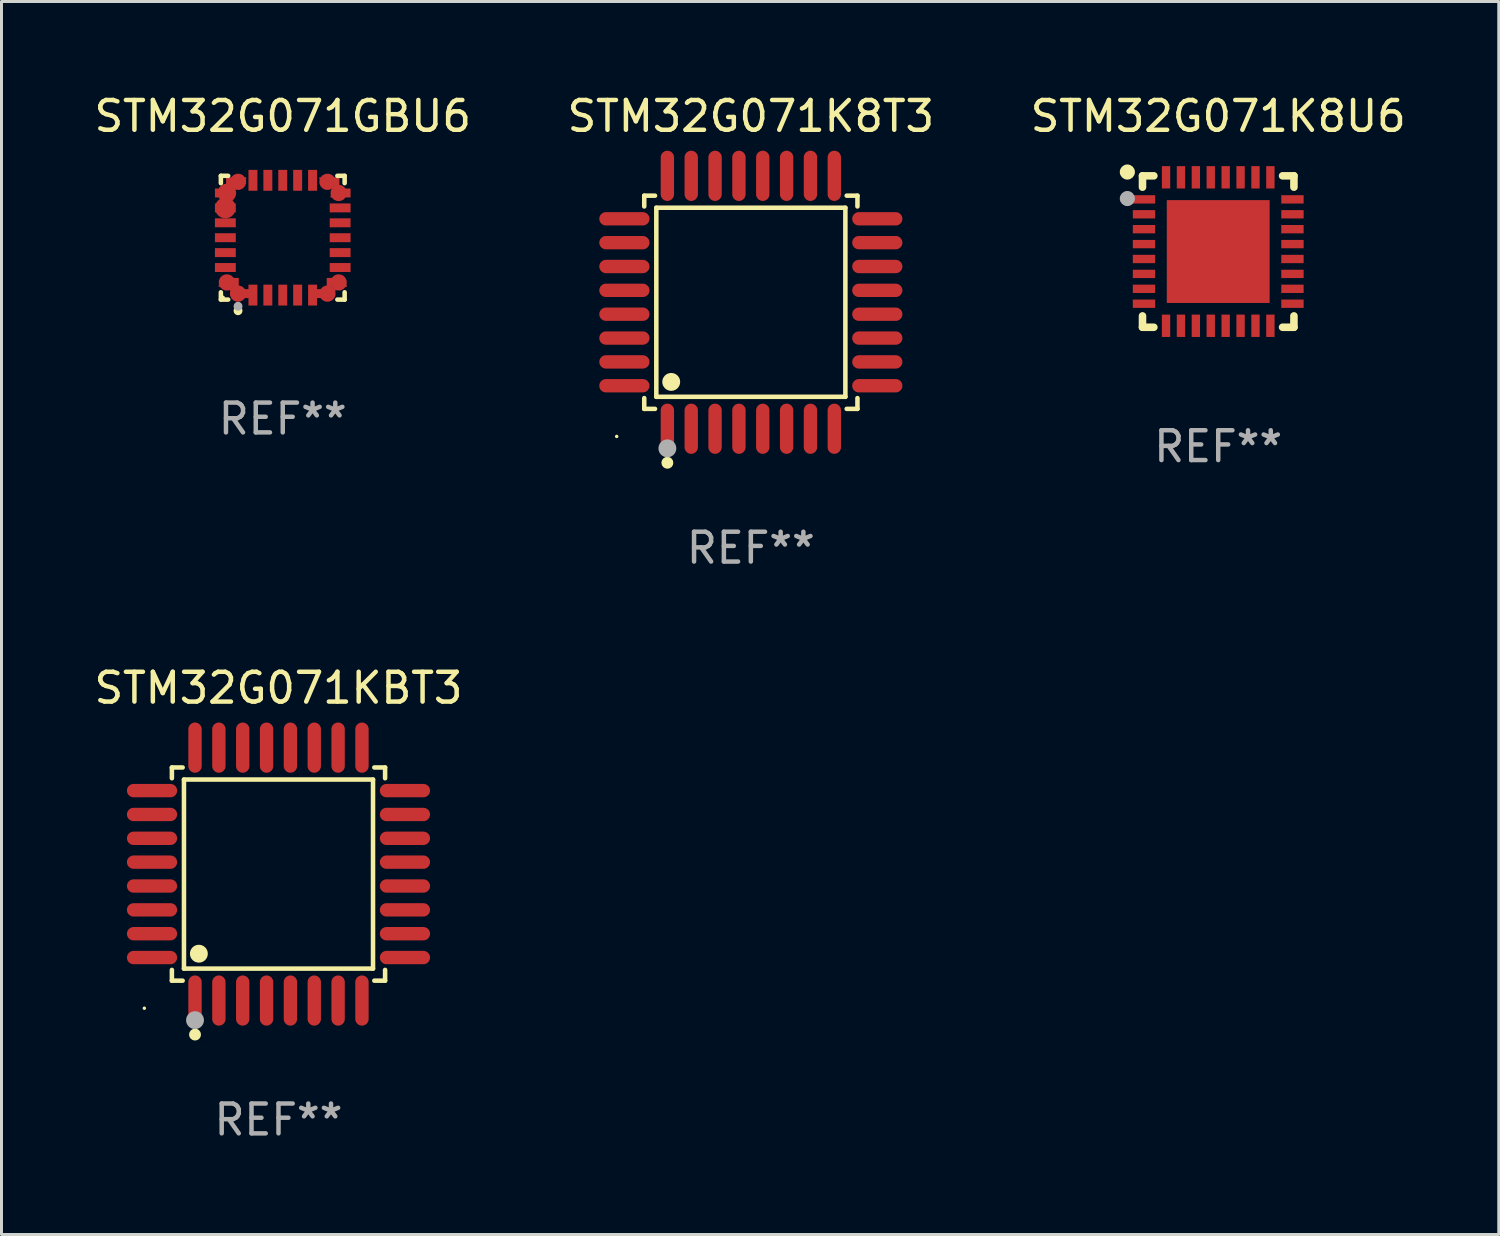
<source format=kicad_pcb>
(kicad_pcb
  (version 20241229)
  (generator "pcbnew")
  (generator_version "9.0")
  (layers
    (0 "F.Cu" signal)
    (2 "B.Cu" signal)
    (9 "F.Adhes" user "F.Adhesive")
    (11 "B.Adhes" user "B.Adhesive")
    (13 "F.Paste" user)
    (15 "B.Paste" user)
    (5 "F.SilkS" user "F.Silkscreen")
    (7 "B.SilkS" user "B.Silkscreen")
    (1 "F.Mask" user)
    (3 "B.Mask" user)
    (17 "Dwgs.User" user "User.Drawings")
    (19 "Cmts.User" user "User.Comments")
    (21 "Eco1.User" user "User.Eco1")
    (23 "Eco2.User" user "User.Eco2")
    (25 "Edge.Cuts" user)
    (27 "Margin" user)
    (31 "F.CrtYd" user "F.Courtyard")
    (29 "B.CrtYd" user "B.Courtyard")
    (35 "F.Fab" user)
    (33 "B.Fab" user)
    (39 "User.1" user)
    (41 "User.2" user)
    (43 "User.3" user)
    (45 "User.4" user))
  (footprint "STM32G071GBU6"
    (layer "F.Cu")
    (at 6.435 4.924)
    (property "Reference" "STM32G071GBU6" (at 0 -4.076 0) (layer "F.SilkS") (effects (font (size 1 1) (thickness 0.15))))
    (attr through_hole)
    (fp_line (start -2.076 -2.076) (end -1.831 -2.076) (stroke (width 0.152) (type solid)) (layer "F.SilkS"))
    (fp_line (start -2.076 -1.831) (end -2.076 -2.076) (stroke (width 0.152) (type solid)) (layer "F.SilkS"))
    (fp_line (start -2.076 1.831) (end -2.076 2.076) (stroke (width 0.152) (type solid)) (layer "F.SilkS"))
    (fp_line (start -2.076 2.076) (end -1.831 2.076) (stroke (width 0.152) (type solid)) (layer "F.SilkS"))
    (fp_line (start 2.076 -2.076) (end 1.831 -2.076) (stroke (width 0.152) (type solid)) (layer "F.SilkS"))
    (fp_line (start 2.076 -1.831) (end 2.076 -2.076) (stroke (width 0.152) (type solid)) (layer "F.SilkS"))
    (fp_line (start 2.076 1.831) (end 2.076 2.076) (stroke (width 0.152) (type solid)) (layer "F.SilkS"))
    (fp_line (start 2.076 2.076) (end 1.831 2.076) (stroke (width 0.152) (type solid)) (layer "F.SilkS"))
    (fp_circle (center -2 2) (end -1.97 2) (stroke (width 0.06) (type solid)) (fill no) (layer "F.SilkS"))
    (fp_circle (center -1.5 2.45) (end -1.425 2.45) (stroke (width 0.15) (type solid)) (fill no) (layer "F.SilkS"))
    (fp_circle (center -1.5 2.3) (end -1.425 2.3) (stroke (width 0.15) (type solid)) (fill no) (layer "F.Fab"))
    (fp_text user "REF**" (at 0 6.076 0) (layer "F.Fab") (effects (font (size 1 1) (thickness 0.15))))
    (pad "1" smd custom (at -1.5 1.875 90) (size 0.55 0.3) (layers "F.Cu" "F.Mask" "F.Paste") (options (anchor circle)) (primitives (gr_poly (pts (xy -0.15 -0.025) (xy -0.15 0.4) (xy 0.15 0.4) (xy 0.15 -0.275) (xy 0.1 -0.275)) (width 0) (fill yes))))
    (pad "2" smd rect (at -1 1.925) (size 0.3 0.7) (layers "F.Cu" "F.Mask" "F.Paste"))
    (pad "3" smd rect (at -0.5 1.925) (size 0.3 0.7) (layers "F.Cu" "F.Mask" "F.Paste"))
    (pad "4" smd rect (at 0 1.925) (size 0.3 0.7) (layers "F.Cu" "F.Mask" "F.Paste"))
    (pad "5" smd rect (at 0.5 1.925) (size 0.3 0.7) (layers "F.Cu" "F.Mask" "F.Paste"))
    (pad "6" smd rect (at 1 1.925) (size 0.3 0.7) (layers "F.Cu" "F.Mask" "F.Paste"))
    (pad "7" smd custom (at 1.5 1.875 270) (size 0.55 0.3) (layers "F.Cu" "F.Mask" "F.Paste") (options (anchor circle)) (primitives (gr_poly (pts (xy 0.15 -0.025) (xy 0.15 0.4) (xy -0.15 0.4) (xy -0.15 -0.275) (xy -0.1 -0.275)) (width 0) (fill yes))))
    (pad "8" smd custom (at 1.875 1.5 180) (size 0.55 0.3) (layers "F.Cu" "F.Mask" "F.Paste") (options (anchor circle)) (primitives (gr_poly (pts (xy -0.025 0.15) (xy 0.4 0.15) (xy 0.4 -0.15) (xy -0.275 -0.15) (xy -0.275 -0.1)) (width 0) (fill yes))))
    (pad "9" smd rect (at 1.925 1) (size 0.7 0.3) (layers "F.Cu" "F.Mask" "F.Paste"))
    (pad "10" smd rect (at 1.925 0.5) (size 0.7 0.3) (layers "F.Cu" "F.Mask" "F.Paste"))
    (pad "11" smd rect (at 1.925 0) (size 0.7 0.3) (layers "F.Cu" "F.Mask" "F.Paste"))
    (pad "12" smd rect (at 1.925 -0.5) (size 0.7 0.3) (layers "F.Cu" "F.Mask" "F.Paste"))
    (pad "13" smd rect (at 1.925 -1) (size 0.7 0.3) (layers "F.Cu" "F.Mask" "F.Paste"))
    (pad "14" smd custom (at 1.875 -1.5) (size 0.55 0.3) (layers "F.Cu" "F.Mask" "F.Paste") (options (anchor circle)) (primitives (gr_poly (pts (xy -0.025 -0.15) (xy 0.4 -0.15) (xy 0.4 0.15) (xy -0.275 0.15) (xy -0.275 0.1)) (width 0) (fill yes))))
    (pad "15" smd custom (at 1.5 -1.875 270) (size 0.55 0.3) (layers "F.Cu" "F.Mask" "F.Paste") (options (anchor circle)) (primitives (gr_poly (pts (xy 0.15 0.025) (xy 0.15 -0.4) (xy -0.15 -0.4) (xy -0.15 0.275) (xy -0.1 0.275)) (width 0) (fill yes))))
    (pad "16" smd rect (at 1 -1.925) (size 0.3 0.7) (layers "F.Cu" "F.Mask" "F.Paste"))
    (pad "17" smd rect (at 0.5 -1.925) (size 0.3 0.7) (layers "F.Cu" "F.Mask" "F.Paste"))
    (pad "18" smd rect (at 0 -1.925) (size 0.3 0.7) (layers "F.Cu" "F.Mask" "F.Paste"))
    (pad "19" smd rect (at -0.5 -1.925) (size 0.3 0.7) (layers "F.Cu" "F.Mask" "F.Paste"))
    (pad "20" smd rect (at -1 -1.925) (size 0.3 0.7) (layers "F.Cu" "F.Mask" "F.Paste"))
    (pad "21" smd custom (at -1.5 -1.875 90) (size 0.55 0.3) (layers "F.Cu" "F.Mask" "F.Paste") (options (anchor circle)) (primitives (gr_poly (pts (xy -0.15 0.025) (xy -0.15 -0.4) (xy 0.15 -0.4) (xy 0.15 0.275) (xy 0.1 0.275)) (width 0) (fill yes))))
    (pad "22" smd custom (at -1.875 -1.5) (size 0.625 0.3) (layers "F.Cu" "F.Mask" "F.Paste") (options (anchor circle)) (primitives (gr_poly (pts (xy 0.025 -0.15) (xy -0.4 -0.15) (xy -0.4 0.15) (xy 0.275 0.15) (xy 0.275 0.1)) (width 0) (fill yes))))
    (pad "23" smd custom (at -1.925 -1) (size 0.7 0.3) (layers "F.Cu" "F.Mask" "F.Paste") (options (anchor circle)) (primitives (gr_poly (pts (xy -0.35 -0.15) (xy 0.35 -0.15) (xy 0.35 0.15) (xy -0.35 0.15)) (width 0) (fill yes))))
    (pad "24" smd rect (at -1.925 -0.5) (size 0.7 0.3) (layers "F.Cu" "F.Mask" "F.Paste"))
    (pad "25" smd rect (at -1.925 0) (size 0.7 0.3) (layers "F.Cu" "F.Mask" "F.Paste"))
    (pad "26" smd rect (at -1.925 0.5) (size 0.7 0.3) (layers "F.Cu" "F.Mask" "F.Paste"))
    (pad "27" smd rect (at -1.925 1) (size 0.7 0.3) (layers "F.Cu" "F.Mask" "F.Paste"))
    (pad "28" smd custom (at -1.875 1.5 180) (size 0.55 0.3) (layers "F.Cu" "F.Mask" "F.Paste") (options (anchor circle)) (primitives (gr_poly (pts (xy 0.025 0.15) (xy -0.4 0.15) (xy -0.4 -0.15) (xy 0.275 -0.15) (xy 0.275 -0.1)) (width 0) (fill yes)))))
  (footprint "STM32G071K8U6"
    (layer "F.Cu")
    (at 37.815 5.388)
    (property "Reference" "STM32G071K8U6" (at 0 -4.54 0) (layer "F.SilkS") (effects (font (size 1 1) (thickness 0.15))))
    (attr through_hole)
    (fp_line (start -2.54 -2.54) (end -2.159 -2.54) (stroke (width 0.254) (type solid)) (layer "F.SilkS"))
    (fp_line (start -2.54 -2.159) (end -2.54 -2.54) (stroke (width 0.254) (type solid)) (layer "F.SilkS"))
    (fp_line (start -2.54 2.54) (end -2.54 2.159) (stroke (width 0.254) (type solid)) (layer "F.SilkS"))
    (fp_line (start -2.159 2.54) (end -2.54 2.54) (stroke (width 0.254) (type solid)) (layer "F.SilkS"))
    (fp_line (start 2.159 -2.54) (end 2.54 -2.54) (stroke (width 0.254) (type solid)) (layer "F.SilkS"))
    (fp_line (start 2.54 -2.54) (end 2.54 -2.159) (stroke (width 0.254) (type solid)) (layer "F.SilkS"))
    (fp_line (start 2.54 2.159) (end 2.54 2.54) (stroke (width 0.254) (type solid)) (layer "F.SilkS"))
    (fp_line (start 2.54 2.54) (end 2.159 2.54) (stroke (width 0.254) (type solid)) (layer "F.SilkS"))
    (fp_circle (center -3.048 -2.667) (end -2.921 -2.667) (stroke (width 0.254) (type solid)) (fill no) (layer "F.SilkS"))
    (fp_circle (center -2.5 -2.5) (end -2.47 -2.5) (stroke (width 0.06) (type solid)) (fill no) (layer "F.SilkS"))
    (fp_circle (center -3.048 -1.778) (end -2.921 -1.778) (stroke (width 0.254) (type solid)) (fill no) (layer "F.Fab"))
    (fp_text user "REF**" (at 0 6.54 0) (layer "F.Fab") (effects (font (size 1 1) (thickness 0.15))))
    (pad "1" smd rect (at -2.49 -1.75) (size 0.75 0.28) (layers "F.Cu" "F.Mask" "F.Paste"))
    (pad "2" smd rect (at -2.49 -1.25) (size 0.75 0.28) (layers "F.Cu" "F.Mask" "F.Paste"))
    (pad "3" smd rect (at -2.49 -0.75) (size 0.75 0.28) (layers "F.Cu" "F.Mask" "F.Paste"))
    (pad "4" smd rect (at -2.49 -0.25) (size 0.75 0.28) (layers "F.Cu" "F.Mask" "F.Paste"))
    (pad "5" smd rect (at -2.49 0.25) (size 0.75 0.28) (layers "F.Cu" "F.Mask" "F.Paste"))
    (pad "6" smd rect (at -2.49 0.75) (size 0.75 0.28) (layers "F.Cu" "F.Mask" "F.Paste"))
    (pad "7" smd rect (at -2.49 1.25) (size 0.75 0.28) (layers "F.Cu" "F.Mask" "F.Paste"))
    (pad "8" smd rect (at -2.49 1.75) (size 0.75 0.28) (layers "F.Cu" "F.Mask" "F.Paste"))
    (pad "9" smd rect (at -1.75 2.49) (size 0.28 0.75) (layers "F.Cu" "F.Mask" "F.Paste"))
    (pad "10" smd rect (at -1.25 2.49) (size 0.28 0.75) (layers "F.Cu" "F.Mask" "F.Paste"))
    (pad "11" smd rect (at -0.75 2.49) (size 0.28 0.75) (layers "F.Cu" "F.Mask" "F.Paste"))
    (pad "12" smd rect (at -0.25 2.49) (size 0.28 0.75) (layers "F.Cu" "F.Mask" "F.Paste"))
    (pad "13" smd rect (at 0.25 2.49) (size 0.28 0.75) (layers "F.Cu" "F.Mask" "F.Paste"))
    (pad "14" smd rect (at 0.75 2.49) (size 0.28 0.75) (layers "F.Cu" "F.Mask" "F.Paste"))
    (pad "15" smd rect (at 1.25 2.49) (size 0.28 0.75) (layers "F.Cu" "F.Mask" "F.Paste"))
    (pad "16" smd rect (at 1.75 2.49) (size 0.28 0.75) (layers "F.Cu" "F.Mask" "F.Paste"))
    (pad "17" smd rect (at 2.49 1.75) (size 0.75 0.28) (layers "F.Cu" "F.Mask" "F.Paste"))
    (pad "18" smd rect (at 2.49 1.25) (size 0.75 0.28) (layers "F.Cu" "F.Mask" "F.Paste"))
    (pad "19" smd rect (at 2.49 0.75) (size 0.75 0.28) (layers "F.Cu" "F.Mask" "F.Paste"))
    (pad "20" smd rect (at 2.49 0.25) (size 0.75 0.28) (layers "F.Cu" "F.Mask" "F.Paste"))
    (pad "21" smd rect (at 2.49 -0.25) (size 0.75 0.28) (layers "F.Cu" "F.Mask" "F.Paste"))
    (pad "22" smd rect (at 2.49 -0.75) (size 0.75 0.28) (layers "F.Cu" "F.Mask" "F.Paste"))
    (pad "23" smd rect (at 2.49 -1.25) (size 0.75 0.28) (layers "F.Cu" "F.Mask" "F.Paste"))
    (pad "24" smd rect (at 2.49 -1.75) (size 0.75 0.28) (layers "F.Cu" "F.Mask" "F.Paste"))
    (pad "25" smd rect (at 1.75 -2.49) (size 0.28 0.75) (layers "F.Cu" "F.Mask" "F.Paste"))
    (pad "26" smd rect (at 1.25 -2.49) (size 0.28 0.75) (layers "F.Cu" "F.Mask" "F.Paste"))
    (pad "27" smd rect (at 0.75 -2.49) (size 0.28 0.75) (layers "F.Cu" "F.Mask" "F.Paste"))
    (pad "28" smd rect (at 0.25 -2.49) (size 0.28 0.75) (layers "F.Cu" "F.Mask" "F.Paste"))
    (pad "29" smd rect (at -0.25 -2.49) (size 0.28 0.75) (layers "F.Cu" "F.Mask" "F.Paste"))
    (pad "30" smd rect (at -0.75 -2.49) (size 0.28 0.75) (layers "F.Cu" "F.Mask" "F.Paste"))
    (pad "31" smd rect (at -1.25 -2.49) (size 0.28 0.75) (layers "F.Cu" "F.Mask" "F.Paste"))
    (pad "32" smd rect (at -1.75 -2.49) (size 0.28 0.75) (layers "F.Cu" "F.Mask" "F.Paste"))
    (pad "33" smd rect (at 0 0) (size 3.45 3.45) (layers "F.Cu" "F.Mask" "F.Paste")))
  (footprint "STM32G071KBT3"
    (layer "F.Cu")
    (at 6.292 26.271)
    (property "Reference" "STM32G071KBT3" (at 0 -6.242 0) (layer "F.SilkS") (effects (font (size 1 1) (thickness 0.15))))
    (attr through_hole)
    (fp_line (start -3.576 -3.576) (end -3.215 -3.576) (stroke (width 0.152) (type solid)) (layer "F.SilkS"))
    (fp_line (start -3.576 -3.215) (end -3.576 -3.576) (stroke (width 0.152) (type solid)) (layer "F.SilkS"))
    (fp_line (start -3.576 3.215) (end -3.576 3.576) (stroke (width 0.152) (type solid)) (layer "F.SilkS"))
    (fp_line (start -3.576 3.576) (end -3.215 3.576) (stroke (width 0.152) (type solid)) (layer "F.SilkS"))
    (fp_line (start -3.171 -3.171) (end 3.171 -3.171) (stroke (width 0.152) (type solid)) (layer "F.SilkS"))
    (fp_line (start -3.171 3.171) (end -3.171 -3.171) (stroke (width 0.152) (type solid)) (layer "F.SilkS"))
    (fp_line (start 3.171 -3.171) (end 3.171 3.171) (stroke (width 0.152) (type solid)) (layer "F.SilkS"))
    (fp_line (start 3.171 3.171) (end -3.171 3.171) (stroke (width 0.152) (type solid)) (layer "F.SilkS"))
    (fp_line (start 3.576 -3.576) (end 3.215 -3.576) (stroke (width 0.152) (type solid)) (layer "F.SilkS"))
    (fp_line (start 3.576 -3.215) (end 3.576 -3.576) (stroke (width 0.152) (type solid)) (layer "F.SilkS"))
    (fp_line (start 3.576 3.215) (end 3.576 3.576) (stroke (width 0.152) (type solid)) (layer "F.SilkS"))
    (fp_line (start 3.576 3.576) (end 3.215 3.576) (stroke (width 0.152) (type solid)) (layer "F.SilkS"))
    (fp_circle (center -4.5 4.5) (end -4.47 4.5) (stroke (width 0.06) (type solid)) (fill no) (layer "F.SilkS"))
    (fp_circle (center -2.8 5.384) (end -2.7 5.384) (stroke (width 0.2) (type solid)) (fill no) (layer "F.SilkS"))
    (fp_circle (center -2.671 2.671) (end -2.521 2.671) (stroke (width 0.3) (type solid)) (fill no) (layer "F.SilkS"))
    (fp_circle (center -2.8 4.9) (end -2.65 4.9) (stroke (width 0.3) (type solid)) (fill no) (layer "F.Fab"))
    (fp_text user "REF**" (at 0 8.242 0) (layer "F.Fab") (effects (font (size 1 1) (thickness 0.15))))
    (pad "1" smd oval (at -2.8 4.242) (size 0.448 1.684) (layers "F.Cu" "F.Mask" "F.Paste"))
    (pad "2" smd oval (at -2 4.242) (size 0.448 1.684) (layers "F.Cu" "F.Mask" "F.Paste"))
    (pad "3" smd oval (at -1.2 4.242) (size 0.448 1.684) (layers "F.Cu" "F.Mask" "F.Paste"))
    (pad "4" smd oval (at -0.4 4.242) (size 0.448 1.684) (layers "F.Cu" "F.Mask" "F.Paste"))
    (pad "5" smd oval (at 0.4 4.242) (size 0.448 1.684) (layers "F.Cu" "F.Mask" "F.Paste"))
    (pad "6" smd oval (at 1.2 4.242) (size 0.448 1.684) (layers "F.Cu" "F.Mask" "F.Paste"))
    (pad "7" smd oval (at 2 4.242) (size 0.448 1.684) (layers "F.Cu" "F.Mask" "F.Paste"))
    (pad "8" smd oval (at 2.8 4.242) (size 0.448 1.684) (layers "F.Cu" "F.Mask" "F.Paste"))
    (pad "9" smd oval (at 4.242 2.8) (size 1.684 0.448) (layers "F.Cu" "F.Mask" "F.Paste"))
    (pad "10" smd oval (at 4.242 2) (size 1.684 0.448) (layers "F.Cu" "F.Mask" "F.Paste"))
    (pad "11" smd oval (at 4.242 1.2) (size 1.684 0.448) (layers "F.Cu" "F.Mask" "F.Paste"))
    (pad "12" smd oval (at 4.242 0.4) (size 1.684 0.448) (layers "F.Cu" "F.Mask" "F.Paste"))
    (pad "13" smd oval (at 4.242 -0.4) (size 1.684 0.448) (layers "F.Cu" "F.Mask" "F.Paste"))
    (pad "14" smd oval (at 4.242 -1.2) (size 1.684 0.448) (layers "F.Cu" "F.Mask" "F.Paste"))
    (pad "15" smd oval (at 4.242 -2) (size 1.684 0.448) (layers "F.Cu" "F.Mask" "F.Paste"))
    (pad "16" smd oval (at 4.242 -2.8) (size 1.684 0.448) (layers "F.Cu" "F.Mask" "F.Paste"))
    (pad "17" smd oval (at 2.8 -4.242) (size 0.448 1.684) (layers "F.Cu" "F.Mask" "F.Paste"))
    (pad "18" smd oval (at 2 -4.242) (size 0.448 1.684) (layers "F.Cu" "F.Mask" "F.Paste"))
    (pad "19" smd oval (at 1.2 -4.242) (size 0.448 1.684) (layers "F.Cu" "F.Mask" "F.Paste"))
    (pad "20" smd oval (at 0.4 -4.242) (size 0.448 1.684) (layers "F.Cu" "F.Mask" "F.Paste"))
    (pad "21" smd oval (at -0.4 -4.242) (size 0.448 1.684) (layers "F.Cu" "F.Mask" "F.Paste"))
    (pad "22" smd oval (at -1.2 -4.242) (size 0.448 1.684) (layers "F.Cu" "F.Mask" "F.Paste"))
    (pad "23" smd oval (at -2 -4.242) (size 0.448 1.684) (layers "F.Cu" "F.Mask" "F.Paste"))
    (pad "24" smd oval (at -2.8 -4.242) (size 0.448 1.684) (layers "F.Cu" "F.Mask" "F.Paste"))
    (pad "25" smd oval (at -4.242 -2.8) (size 1.684 0.448) (layers "F.Cu" "F.Mask" "F.Paste"))
    (pad "26" smd oval (at -4.242 -2) (size 1.684 0.448) (layers "F.Cu" "F.Mask" "F.Paste"))
    (pad "27" smd oval (at -4.242 -1.2) (size 1.684 0.448) (layers "F.Cu" "F.Mask" "F.Paste"))
    (pad "28" smd oval (at -4.242 -0.4) (size 1.684 0.448) (layers "F.Cu" "F.Mask" "F.Paste"))
    (pad "29" smd oval (at -4.242 0.4) (size 1.684 0.448) (layers "F.Cu" "F.Mask" "F.Paste"))
    (pad "30" smd oval (at -4.242 1.2) (size 1.684 0.448) (layers "F.Cu" "F.Mask" "F.Paste"))
    (pad "31" smd oval (at -4.242 2) (size 1.684 0.448) (layers "F.Cu" "F.Mask" "F.Paste"))
    (pad "32" smd oval (at -4.242 2.8) (size 1.684 0.448) (layers "F.Cu" "F.Mask" "F.Paste")))
  (footprint "STM32G071K8T3"
    (layer "F.Cu")
    (at 22.137 7.09)
    (property "Reference" "STM32G071K8T3" (at 0 -6.242 0) (layer "F.SilkS") (effects (font (size 1 1) (thickness 0.15))))
    (attr through_hole)
    (fp_line (start -3.576 -3.576) (end -3.215 -3.576) (stroke (width 0.152) (type solid)) (layer "F.SilkS"))
    (fp_line (start -3.576 -3.215) (end -3.576 -3.576) (stroke (width 0.152) (type solid)) (layer "F.SilkS"))
    (fp_line (start -3.576 3.215) (end -3.576 3.576) (stroke (width 0.152) (type solid)) (layer "F.SilkS"))
    (fp_line (start -3.576 3.576) (end -3.215 3.576) (stroke (width 0.152) (type solid)) (layer "F.SilkS"))
    (fp_line (start -3.171 -3.171) (end 3.171 -3.171) (stroke (width 0.152) (type solid)) (layer "F.SilkS"))
    (fp_line (start -3.171 3.171) (end -3.171 -3.171) (stroke (width 0.152) (type solid)) (layer "F.SilkS"))
    (fp_line (start 3.171 -3.171) (end 3.171 3.171) (stroke (width 0.152) (type solid)) (layer "F.SilkS"))
    (fp_line (start 3.171 3.171) (end -3.171 3.171) (stroke (width 0.152) (type solid)) (layer "F.SilkS"))
    (fp_line (start 3.576 -3.576) (end 3.215 -3.576) (stroke (width 0.152) (type solid)) (layer "F.SilkS"))
    (fp_line (start 3.576 -3.215) (end 3.576 -3.576) (stroke (width 0.152) (type solid)) (layer "F.SilkS"))
    (fp_line (start 3.576 3.215) (end 3.576 3.576) (stroke (width 0.152) (type solid)) (layer "F.SilkS"))
    (fp_line (start 3.576 3.576) (end 3.215 3.576) (stroke (width 0.152) (type solid)) (layer "F.SilkS"))
    (fp_circle (center -4.5 4.5) (end -4.47 4.5) (stroke (width 0.06) (type solid)) (fill no) (layer "F.SilkS"))
    (fp_circle (center -2.8 5.384) (end -2.7 5.384) (stroke (width 0.2) (type solid)) (fill no) (layer "F.SilkS"))
    (fp_circle (center -2.671 2.671) (end -2.521 2.671) (stroke (width 0.3) (type solid)) (fill no) (layer "F.SilkS"))
    (fp_circle (center -2.8 4.9) (end -2.65 4.9) (stroke (width 0.3) (type solid)) (fill no) (layer "F.Fab"))
    (fp_text user "REF**" (at 0 8.242 0) (layer "F.Fab") (effects (font (size 1 1) (thickness 0.15))))
    (pad "1" smd oval (at -2.8 4.242) (size 0.448 1.684) (layers "F.Cu" "F.Mask" "F.Paste"))
    (pad "2" smd oval (at -2 4.242) (size 0.448 1.684) (layers "F.Cu" "F.Mask" "F.Paste"))
    (pad "3" smd oval (at -1.2 4.242) (size 0.448 1.684) (layers "F.Cu" "F.Mask" "F.Paste"))
    (pad "4" smd oval (at -0.4 4.242) (size 0.448 1.684) (layers "F.Cu" "F.Mask" "F.Paste"))
    (pad "5" smd oval (at 0.4 4.242) (size 0.448 1.684) (layers "F.Cu" "F.Mask" "F.Paste"))
    (pad "6" smd oval (at 1.2 4.242) (size 0.448 1.684) (layers "F.Cu" "F.Mask" "F.Paste"))
    (pad "7" smd oval (at 2 4.242) (size 0.448 1.684) (layers "F.Cu" "F.Mask" "F.Paste"))
    (pad "8" smd oval (at 2.8 4.242) (size 0.448 1.684) (layers "F.Cu" "F.Mask" "F.Paste"))
    (pad "9" smd oval (at 4.242 2.8) (size 1.684 0.448) (layers "F.Cu" "F.Mask" "F.Paste"))
    (pad "10" smd oval (at 4.242 2) (size 1.684 0.448) (layers "F.Cu" "F.Mask" "F.Paste"))
    (pad "11" smd oval (at 4.242 1.2) (size 1.684 0.448) (layers "F.Cu" "F.Mask" "F.Paste"))
    (pad "12" smd oval (at 4.242 0.4) (size 1.684 0.448) (layers "F.Cu" "F.Mask" "F.Paste"))
    (pad "13" smd oval (at 4.242 -0.4) (size 1.684 0.448) (layers "F.Cu" "F.Mask" "F.Paste"))
    (pad "14" smd oval (at 4.242 -1.2) (size 1.684 0.448) (layers "F.Cu" "F.Mask" "F.Paste"))
    (pad "15" smd oval (at 4.242 -2) (size 1.684 0.448) (layers "F.Cu" "F.Mask" "F.Paste"))
    (pad "16" smd oval (at 4.242 -2.8) (size 1.684 0.448) (layers "F.Cu" "F.Mask" "F.Paste"))
    (pad "17" smd oval (at 2.8 -4.242) (size 0.448 1.684) (layers "F.Cu" "F.Mask" "F.Paste"))
    (pad "18" smd oval (at 2 -4.242) (size 0.448 1.684) (layers "F.Cu" "F.Mask" "F.Paste"))
    (pad "19" smd oval (at 1.2 -4.242) (size 0.448 1.684) (layers "F.Cu" "F.Mask" "F.Paste"))
    (pad "20" smd oval (at 0.4 -4.242) (size 0.448 1.684) (layers "F.Cu" "F.Mask" "F.Paste"))
    (pad "21" smd oval (at -0.4 -4.242) (size 0.448 1.684) (layers "F.Cu" "F.Mask" "F.Paste"))
    (pad "22" smd oval (at -1.2 -4.242) (size 0.448 1.684) (layers "F.Cu" "F.Mask" "F.Paste"))
    (pad "23" smd oval (at -2 -4.242) (size 0.448 1.684) (layers "F.Cu" "F.Mask" "F.Paste"))
    (pad "24" smd oval (at -2.8 -4.242) (size 0.448 1.684) (layers "F.Cu" "F.Mask" "F.Paste"))
    (pad "25" smd oval (at -4.242 -2.8) (size 1.684 0.448) (layers "F.Cu" "F.Mask" "F.Paste"))
    (pad "26" smd oval (at -4.242 -2) (size 1.684 0.448) (layers "F.Cu" "F.Mask" "F.Paste"))
    (pad "27" smd oval (at -4.242 -1.2) (size 1.684 0.448) (layers "F.Cu" "F.Mask" "F.Paste"))
    (pad "28" smd oval (at -4.242 -0.4) (size 1.684 0.448) (layers "F.Cu" "F.Mask" "F.Paste"))
    (pad "29" smd oval (at -4.242 0.4) (size 1.684 0.448) (layers "F.Cu" "F.Mask" "F.Paste"))
    (pad "30" smd oval (at -4.242 1.2) (size 1.684 0.448) (layers "F.Cu" "F.Mask" "F.Paste"))
    (pad "31" smd oval (at -4.242 2) (size 1.684 0.448) (layers "F.Cu" "F.Mask" "F.Paste"))
    (pad "32" smd oval (at -4.242 2.8) (size 1.684 0.448) (layers "F.Cu" "F.Mask" "F.Paste")))
  (gr_rect
    (start -3 -3)
    (end 47.226 38.361)
    (stroke (width 0.1) (type default))
    (fill no)
    (layer "Edge.Cuts")))
</source>
